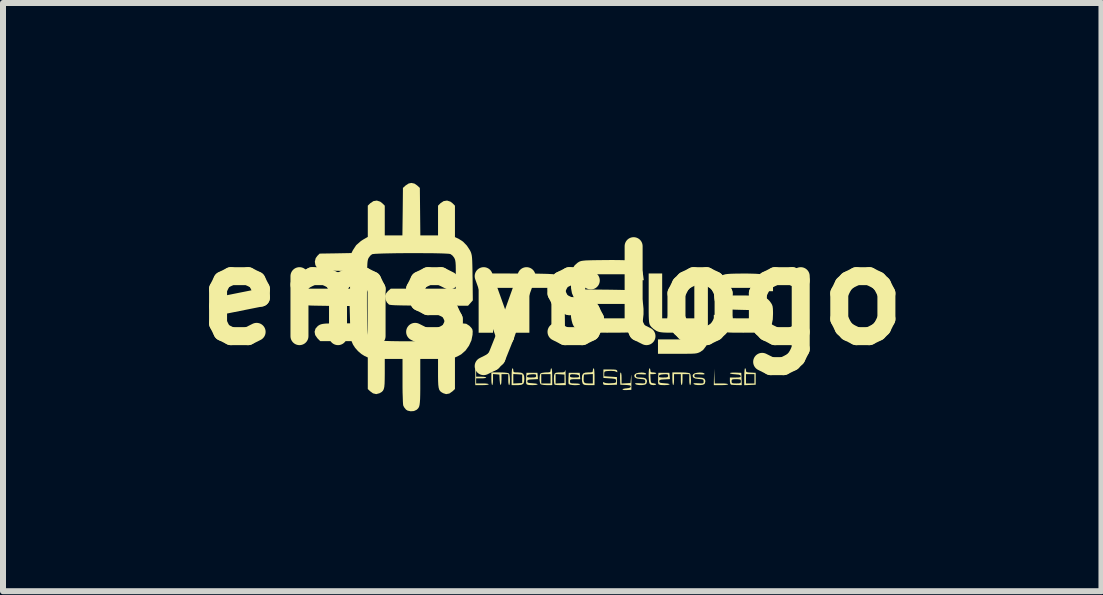
<source format=kicad_pcb>
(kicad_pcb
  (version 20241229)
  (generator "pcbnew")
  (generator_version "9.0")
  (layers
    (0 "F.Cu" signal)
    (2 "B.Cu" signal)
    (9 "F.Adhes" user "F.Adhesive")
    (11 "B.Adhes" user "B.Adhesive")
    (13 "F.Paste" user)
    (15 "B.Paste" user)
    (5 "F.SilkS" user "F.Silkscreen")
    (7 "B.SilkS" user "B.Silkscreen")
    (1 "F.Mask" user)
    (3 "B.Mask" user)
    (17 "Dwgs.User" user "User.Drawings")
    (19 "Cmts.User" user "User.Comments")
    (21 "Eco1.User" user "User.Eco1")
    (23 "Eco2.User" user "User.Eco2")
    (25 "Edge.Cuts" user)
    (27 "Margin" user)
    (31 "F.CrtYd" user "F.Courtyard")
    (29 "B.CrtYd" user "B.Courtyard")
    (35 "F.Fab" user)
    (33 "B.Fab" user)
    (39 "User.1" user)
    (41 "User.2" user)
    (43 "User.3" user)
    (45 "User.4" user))
  (footprint "emsyslogo"
    (layer "F.Cu")
    (at 6.157 1.876)
    (property "Reference" "emsyslogo" (at 0 0 0) (layer "F.SilkS") (effects (font (size 1.5 1.5) (thickness 0.3))))
    (attr board_only exclude_from_pos_files exclude_from_bom)
    (fp_poly (pts (xy 2.704 1.343) (xy 2.709 1.467) (xy 2.821 1.467) (xy 2.877 1.468) (xy 2.916 1.473) (xy 2.933 1.48) (xy 2.933 1.481) (xy 2.92 1.488) (xy 2.884 1.493) (xy 2.829 1.495) (xy 2.814 1.495) (xy 2.694 1.495) (xy 2.697 1.357) (xy 2.7 1.22)) (stroke (width 0) (type solid)) (fill yes) (layer "F.SilkS"))
    (fp_poly (pts (xy 3.226 1.225) (xy 3.23 1.247) (xy 3.232 1.267) (xy 3.243 1.278) (xy 3.27 1.283) (xy 3.311 1.286) (xy 3.392 1.29) (xy 3.392 1.389) (xy 3.392 1.488) (xy 3.297 1.492) (xy 3.201 1.496) (xy 3.201 1.389) (xy 3.23 1.389) (xy 3.23 1.467) (xy 3.3 1.467) (xy 3.371 1.467) (xy 3.371 1.389) (xy 3.371 1.312) (xy 3.3 1.312) (xy 3.23 1.312) (xy 3.23 1.389) (xy 3.201 1.389) (xy 3.201 1.355) (xy 3.203 1.289) (xy 3.207 1.241) (xy 3.212 1.216) (xy 3.216 1.213)) (stroke (width 0) (type solid)) (fill yes) (layer "F.SilkS"))
    (fp_poly (pts (xy 1.632 1.225) (xy 1.636 1.248) (xy 1.64 1.272) (xy 1.656 1.282) (xy 1.685 1.283) (xy 1.718 1.287) (xy 1.734 1.296) (xy 1.735 1.298) (xy 1.722 1.307) (xy 1.692 1.311) (xy 1.685 1.312) (xy 1.635 1.312) (xy 1.639 1.386) (xy 1.642 1.429) (xy 1.649 1.451) (xy 1.665 1.461) (xy 1.689 1.464) (xy 1.724 1.472) (xy 1.733 1.483) (xy 1.716 1.492) (xy 1.686 1.495) (xy 1.643 1.488) (xy 1.622 1.468) (xy 1.615 1.442) (xy 1.611 1.4) (xy 1.608 1.349) (xy 1.608 1.298) (xy 1.611 1.253) (xy 1.616 1.222) (xy 1.622 1.213)) (stroke (width 0) (type solid)) (fill yes) (layer "F.SilkS"))
    (fp_poly (pts (xy -0.652 1.225) (xy -0.649 1.248) (xy -0.647 1.268) (xy -0.636 1.279) (xy -0.61 1.283) (xy -0.572 1.283) (xy -0.517 1.288) (xy -0.485 1.305) (xy -0.469 1.339) (xy -0.465 1.389) (xy -0.469 1.441) (xy -0.483 1.473) (xy -0.514 1.489) (xy -0.565 1.495) (xy -0.586 1.495) (xy -0.677 1.495) (xy -0.677 1.389) (xy -0.649 1.389) (xy -0.649 1.468) (xy -0.575 1.464) (xy -0.501 1.46) (xy -0.501 1.389) (xy -0.501 1.319) (xy -0.575 1.314) (xy -0.649 1.31) (xy -0.649 1.389) (xy -0.677 1.389) (xy -0.677 1.354) (xy -0.676 1.288) (xy -0.672 1.241) (xy -0.666 1.216) (xy -0.663 1.213)) (stroke (width 0) (type solid)) (fill yes) (layer "F.SilkS"))
    (fp_poly (pts (xy 0.221 1.262) (xy 0.222 1.304) (xy 0.224 1.35) (xy 0.226 1.495) (xy 0.136 1.495) (xy 0.088 1.494) (xy 0.053 1.49) (xy 0.038 1.486) (xy 0.033 1.467) (xy 0.029 1.43) (xy 0.028 1.389) (xy 0.056 1.389) (xy 0.056 1.468) (xy 0.13 1.464) (xy 0.204 1.46) (xy 0.204 1.389) (xy 0.204 1.319) (xy 0.13 1.314) (xy 0.056 1.31) (xy 0.056 1.389) (xy 0.028 1.389) (xy 0.028 1.388) (xy 0.03 1.336) (xy 0.039 1.305) (xy 0.06 1.289) (xy 0.101 1.284) (xy 0.141 1.283) (xy 0.183 1.282) (xy 0.204 1.275) (xy 0.213 1.259) (xy 0.216 1.245) (xy 0.218 1.241)) (stroke (width 0) (type solid)) (fill yes) (layer "F.SilkS"))
    (fp_poly (pts (xy 1.15 1.297) (xy 1.155 1.332) (xy 1.156 1.376) (xy 1.156 1.468) (xy 1.231 1.464) (xy 1.305 1.46) (xy 1.313 1.368) (xy 1.317 1.333) (xy 1.319 1.322) (xy 1.32 1.335) (xy 1.32 1.375) (xy 1.32 1.424) (xy 1.319 1.573) (xy 1.245 1.577) (xy 1.201 1.577) (xy 1.175 1.572) (xy 1.171 1.567) (xy 1.183 1.558) (xy 1.215 1.551) (xy 1.237 1.549) (xy 1.282 1.543) (xy 1.304 1.531) (xy 1.309 1.52) (xy 1.307 1.507) (xy 1.292 1.499) (xy 1.258 1.494) (xy 1.224 1.492) (xy 1.135 1.488) (xy 1.131 1.386) (xy 1.131 1.328) (xy 1.135 1.293) (xy 1.142 1.283)) (stroke (width 0) (type solid)) (fill yes) (layer "F.SilkS"))
    (fp_poly (pts (xy -1.115 1.229) (xy -1.075 1.233) (xy -1.058 1.24) (xy -1.058 1.241) (xy -1.071 1.248) (xy -1.106 1.253) (xy -1.159 1.255) (xy -1.164 1.255) (xy -1.269 1.255) (xy -1.269 1.305) (xy -1.269 1.354) (xy -1.185 1.354) (xy -1.14 1.356) (xy -1.109 1.362) (xy -1.1 1.368) (xy -1.113 1.376) (xy -1.146 1.381) (xy -1.185 1.382) (xy -1.269 1.382) (xy -1.269 1.424) (xy -1.269 1.467) (xy -1.164 1.467) (xy -1.11 1.468) (xy -1.073 1.473) (xy -1.058 1.48) (xy -1.058 1.481) (xy -1.071 1.488) (xy -1.107 1.493) (xy -1.16 1.495) (xy -1.171 1.495) (xy -1.283 1.495) (xy -1.283 1.361) (xy -1.283 1.227) (xy -1.171 1.227)) (stroke (width 0) (type solid)) (fill yes) (layer "F.SilkS"))
    (fp_poly (pts (xy -0.008 1.226) (xy -0.003 1.264) (xy -0.0003 1.321) (xy 0 1.354) (xy 0 1.495) (xy -0.089 1.495) (xy -0.14 1.492) (xy -0.179 1.485) (xy -0.195 1.478) (xy -0.205 1.453) (xy -0.211 1.411) (xy -0.21 1.389) (xy -0.183 1.389) (xy -0.183 1.467) (xy -0.106 1.467) (xy -0.028 1.467) (xy -0.028 1.389) (xy -0.028 1.312) (xy -0.106 1.312) (xy -0.183 1.312) (xy -0.183 1.389) (xy -0.21 1.389) (xy -0.21 1.364) (xy -0.205 1.323) (xy -0.195 1.3) (xy -0.172 1.291) (xy -0.131 1.285) (xy -0.103 1.283) (xy -0.06 1.282) (xy -0.037 1.277) (xy -0.029 1.264) (xy -0.028 1.248) (xy -0.023 1.222) (xy -0.014 1.213)) (stroke (width 0) (type solid)) (fill yes) (layer "F.SilkS"))
    (fp_poly (pts (xy -0.802 1.285) (xy -0.75 1.291) (xy -0.723 1.299) (xy -0.722 1.3) (xy -0.713 1.321) (xy -0.708 1.358) (xy -0.705 1.403) (xy -0.706 1.446) (xy -0.71 1.48) (xy -0.718 1.495) (xy -0.719 1.495) (xy -0.727 1.482) (xy -0.732 1.448) (xy -0.733 1.403) (xy -0.733 1.312) (xy -0.79 1.312) (xy -0.846 1.312) (xy -0.846 1.403) (xy -0.849 1.459) (xy -0.855 1.488) (xy -0.864 1.49) (xy -0.871 1.465) (xy -0.877 1.412) (xy -0.877 1.407) (xy -0.881 1.319) (xy -0.934 1.314) (xy -0.987 1.31) (xy -0.987 1.402) (xy -0.989 1.451) (xy -0.994 1.484) (xy -1.001 1.495) (xy -1.008 1.482) (xy -1.013 1.446) (xy -1.015 1.394) (xy -1.015 1.389) (xy -1.015 1.283) (xy -0.877 1.283)) (stroke (width 0) (type solid)) (fill yes) (layer "F.SilkS"))
    (fp_poly (pts (xy 0.698 1.226) (xy 0.702 1.264) (xy 0.705 1.321) (xy 0.705 1.354) (xy 0.705 1.495) (xy 0.614 1.495) (xy 0.562 1.494) (xy 0.531 1.488) (xy 0.514 1.476) (xy 0.508 1.468) (xy 0.498 1.435) (xy 0.497 1.423) (xy 0.523 1.423) (xy 0.533 1.451) (xy 0.558 1.464) (xy 0.606 1.467) (xy 0.606 1.467) (xy 0.677 1.467) (xy 0.677 1.388) (xy 0.677 1.31) (xy 0.603 1.314) (xy 0.529 1.319) (xy 0.524 1.373) (xy 0.523 1.423) (xy 0.497 1.423) (xy 0.494 1.393) (xy 0.494 1.389) (xy 0.498 1.335) (xy 0.515 1.302) (xy 0.549 1.287) (xy 0.6 1.283) (xy 0.644 1.282) (xy 0.667 1.278) (xy 0.676 1.266) (xy 0.677 1.248) (xy 0.682 1.222) (xy 0.691 1.213)) (stroke (width 0) (type solid)) (fill yes) (layer "F.SilkS"))
    (fp_poly (pts (xy 2.216 1.285) (xy 2.268 1.291) (xy 2.295 1.299) (xy 2.296 1.3) (xy 2.305 1.321) (xy 2.31 1.358) (xy 2.313 1.403) (xy 2.312 1.446) (xy 2.308 1.48) (xy 2.3 1.495) (xy 2.299 1.495) (xy 2.291 1.482) (xy 2.286 1.448) (xy 2.285 1.403) (xy 2.285 1.312) (xy 2.228 1.312) (xy 2.172 1.312) (xy 2.172 1.403) (xy 2.17 1.451) (xy 2.165 1.484) (xy 2.158 1.495) (xy 2.15 1.482) (xy 2.145 1.448) (xy 2.144 1.403) (xy 2.144 1.312) (xy 2.087 1.312) (xy 2.031 1.312) (xy 2.031 1.403) (xy 2.029 1.451) (xy 2.024 1.484) (xy 2.017 1.495) (xy 2.01 1.482) (xy 2.005 1.446) (xy 2.003 1.394) (xy 2.003 1.389) (xy 2.003 1.283) (xy 2.141 1.283)) (stroke (width 0) (type solid)) (fill yes) (layer "F.SilkS"))
    (fp_poly (pts (xy -0.631 -0.366) (xy -0.502 -0.366) (xy -0.38 -0.365) (xy -0.268 -0.364) (xy -0.17 -0.362) (xy -0.088 -0.36) (xy -0.027 -0.357) (xy 0.011 -0.355) (xy 0.02 -0.353) (xy 0.097 -0.322) (xy 0.161 -0.266) (xy 0.175 -0.248) (xy 0.184 -0.236) (xy 0.19 -0.221) (xy 0.196 -0.201) (xy 0.2 -0.172) (xy 0.202 -0.13) (xy 0.205 -0.074) (xy 0.206 0.002) (xy 0.208 0.099) (xy 0.209 0.206) (xy 0.213 0.621) (xy 0.099 0.621) (xy -0.014 0.621) (xy -0.014 0.247) (xy -0.014 -0.127) (xy -0.197 -0.127) (xy -0.381 -0.127) (xy -0.381 0.247) (xy -0.381 0.621) (xy -0.501 0.621) (xy -0.621 0.621) (xy -0.621 0.247) (xy -0.621 -0.127) (xy -0.804 -0.127) (xy -0.987 -0.127) (xy -0.987 0.247) (xy -0.987 0.621) (xy -1.107 0.621) (xy -1.227 0.621) (xy -1.227 0.127) (xy -1.227 -0.367)) (stroke (width 0) (type solid)) (fill yes) (layer "F.SilkS"))
    (fp_poly (pts (xy -0.242 1.343) (xy -0.238 1.395) (xy -0.327 1.399) (xy -0.376 1.402) (xy -0.403 1.408) (xy -0.414 1.419) (xy -0.416 1.431) (xy -0.413 1.447) (xy -0.399 1.456) (xy -0.367 1.461) (xy -0.328 1.464) (xy -0.273 1.469) (xy -0.245 1.477) (xy -0.245 1.485) (xy -0.272 1.492) (xy -0.326 1.495) (xy -0.332 1.495) (xy -0.389 1.493) (xy -0.421 1.485) (xy -0.431 1.476) (xy -0.435 1.452) (xy -0.436 1.41) (xy -0.434 1.373) (xy -0.433 1.343) (xy -0.42 1.343) (xy -0.419 1.358) (xy -0.405 1.365) (xy -0.371 1.368) (xy -0.347 1.368) (xy -0.301 1.367) (xy -0.278 1.362) (xy -0.269 1.35) (xy -0.268 1.339) (xy -0.271 1.322) (xy -0.284 1.314) (xy -0.315 1.313) (xy -0.342 1.314) (xy -0.388 1.319) (xy -0.412 1.329) (xy -0.42 1.343) (xy -0.433 1.343) (xy -0.43 1.29) (xy -0.338 1.29) (xy -0.247 1.29)) (stroke (width 0) (type solid)) (fill yes) (layer "F.SilkS"))
    (fp_poly (pts (xy 1.958 1.343) (xy 1.962 1.395) (xy 1.873 1.399) (xy 1.824 1.402) (xy 1.797 1.408) (xy 1.786 1.419) (xy 1.784 1.431) (xy 1.787 1.447) (xy 1.802 1.456) (xy 1.833 1.461) (xy 1.872 1.464) (xy 1.927 1.469) (xy 1.955 1.477) (xy 1.955 1.485) (xy 1.928 1.492) (xy 1.874 1.495) (xy 1.868 1.495) (xy 1.811 1.493) (xy 1.779 1.485) (xy 1.769 1.476) (xy 1.765 1.452) (xy 1.765 1.41) (xy 1.766 1.373) (xy 1.767 1.343) (xy 1.78 1.343) (xy 1.781 1.358) (xy 1.795 1.365) (xy 1.829 1.368) (xy 1.854 1.368) (xy 1.899 1.367) (xy 1.922 1.362) (xy 1.931 1.35) (xy 1.932 1.339) (xy 1.929 1.322) (xy 1.916 1.314) (xy 1.885 1.313) (xy 1.858 1.314) (xy 1.812 1.319) (xy 1.788 1.329) (xy 1.78 1.343) (xy 1.767 1.343) (xy 1.77 1.29) (xy 1.862 1.29) (xy 1.953 1.29)) (stroke (width 0) (type solid)) (fill yes) (layer "F.SilkS"))
    (fp_poly (pts (xy 3.057 1.286) (xy 3.152 1.29) (xy 3.156 1.393) (xy 3.16 1.495) (xy 3.079 1.494) (xy 3.031 1.492) (xy 2.994 1.489) (xy 2.979 1.486) (xy 2.968 1.468) (xy 2.962 1.433) (xy 2.962 1.431) (xy 2.99 1.431) (xy 2.992 1.452) (xy 3.003 1.462) (xy 3.029 1.466) (xy 3.067 1.467) (xy 3.112 1.466) (xy 3.135 1.461) (xy 3.144 1.449) (xy 3.145 1.431) (xy 3.143 1.411) (xy 3.132 1.401) (xy 3.106 1.397) (xy 3.067 1.396) (xy 3.023 1.397) (xy 3 1.402) (xy 2.991 1.414) (xy 2.99 1.431) (xy 2.962 1.431) (xy 2.962 1.423) (xy 2.962 1.368) (xy 3.054 1.368) (xy 3.104 1.367) (xy 3.132 1.363) (xy 3.142 1.355) (xy 3.142 1.343) (xy 3.134 1.329) (xy 3.112 1.32) (xy 3.069 1.316) (xy 3.05 1.314) (xy 3.004 1.31) (xy 2.972 1.303) (xy 2.962 1.296) (xy 2.975 1.289) (xy 3.011 1.286)) (stroke (width 0) (type solid)) (fill yes) (layer "F.SilkS"))
    (fp_poly (pts (xy 0.463 1.343) (xy 0.467 1.396) (xy 0.382 1.396) (xy 0.334 1.397) (xy 0.309 1.401) (xy 0.298 1.411) (xy 0.296 1.43) (xy 0.296 1.431) (xy 0.298 1.451) (xy 0.308 1.462) (xy 0.332 1.466) (xy 0.378 1.467) (xy 0.381 1.467) (xy 0.426 1.469) (xy 0.456 1.474) (xy 0.465 1.481) (xy 0.453 1.49) (xy 0.421 1.494) (xy 0.379 1.496) (xy 0.335 1.493) (xy 0.298 1.487) (xy 0.276 1.479) (xy 0.274 1.476) (xy 0.27 1.452) (xy 0.27 1.41) (xy 0.271 1.373) (xy 0.273 1.339) (xy 0.296 1.339) (xy 0.299 1.356) (xy 0.313 1.364) (xy 0.344 1.368) (xy 0.375 1.368) (xy 0.42 1.367) (xy 0.443 1.362) (xy 0.449 1.351) (xy 0.449 1.343) (xy 0.439 1.328) (xy 0.413 1.319) (xy 0.37 1.314) (xy 0.327 1.313) (xy 0.305 1.317) (xy 0.297 1.329) (xy 0.296 1.339) (xy 0.273 1.339) (xy 0.275 1.29) (xy 0.367 1.29) (xy 0.458 1.29)) (stroke (width 0) (type solid)) (fill yes) (layer "F.SilkS"))
    (fp_poly (pts (xy 1.022 1.235) (xy 1.057 1.238) (xy 1.075 1.245) (xy 1.083 1.256) (xy 1.084 1.262) (xy 1.085 1.281) (xy 1.073 1.276) (xy 1.068 1.272) (xy 1.037 1.261) (xy 0.984 1.257) (xy 0.957 1.258) (xy 0.908 1.261) (xy 0.882 1.266) (xy 0.87 1.276) (xy 0.867 1.295) (xy 0.867 1.305) (xy 0.867 1.347) (xy 0.973 1.354) (xy 1.079 1.361) (xy 1.079 1.424) (xy 1.079 1.488) (xy 0.972 1.492) (xy 0.92 1.493) (xy 0.879 1.491) (xy 0.857 1.487) (xy 0.856 1.486) (xy 0.847 1.464) (xy 0.846 1.456) (xy 0.851 1.443) (xy 0.866 1.452) (xy 0.893 1.461) (xy 0.94 1.465) (xy 0.975 1.464) (xy 1.024 1.461) (xy 1.051 1.456) (xy 1.062 1.446) (xy 1.065 1.428) (xy 1.065 1.424) (xy 1.063 1.406) (xy 1.054 1.395) (xy 1.033 1.389) (xy 0.992 1.384) (xy 0.959 1.382) (xy 0.853 1.375) (xy 0.853 1.305) (xy 0.853 1.234) (xy 0.966 1.234)) (stroke (width 0) (type solid)) (fill yes) (layer "F.SilkS"))
    (fp_poly (pts (xy 1.531 1.288) (xy 1.56 1.299) (xy 1.563 1.301) (xy 1.566 1.311) (xy 1.554 1.316) (xy 1.521 1.316) (xy 1.487 1.314) (xy 1.438 1.312) (xy 1.411 1.313) (xy 1.399 1.321) (xy 1.396 1.336) (xy 1.396 1.338) (xy 1.399 1.356) (xy 1.413 1.365) (xy 1.445 1.368) (xy 1.471 1.368) (xy 1.529 1.373) (xy 1.563 1.388) (xy 1.578 1.416) (xy 1.58 1.431) (xy 1.572 1.464) (xy 1.563 1.478) (xy 1.537 1.489) (xy 1.496 1.494) (xy 1.45 1.494) (xy 1.409 1.488) (xy 1.385 1.477) (xy 1.385 1.477) (xy 1.381 1.467) (xy 1.395 1.463) (xy 1.431 1.463) (xy 1.46 1.464) (xy 1.509 1.467) (xy 1.537 1.465) (xy 1.548 1.458) (xy 1.551 1.442) (xy 1.551 1.434) (xy 1.549 1.413) (xy 1.539 1.402) (xy 1.512 1.396) (xy 1.472 1.393) (xy 1.412 1.385) (xy 1.377 1.366) (xy 1.367 1.339) (xy 1.377 1.315) (xy 1.4 1.299) (xy 1.441 1.289) (xy 1.488 1.285)) (stroke (width 0) (type solid)) (fill yes) (layer "F.SilkS"))
    (fp_poly (pts (xy 2.505 1.288) (xy 2.533 1.299) (xy 2.536 1.301) (xy 2.54 1.311) (xy 2.527 1.316) (xy 2.494 1.316) (xy 2.46 1.314) (xy 2.411 1.312) (xy 2.384 1.313) (xy 2.372 1.321) (xy 2.369 1.336) (xy 2.369 1.338) (xy 2.372 1.356) (xy 2.386 1.365) (xy 2.418 1.368) (xy 2.444 1.368) (xy 2.502 1.373) (xy 2.537 1.388) (xy 2.551 1.416) (xy 2.553 1.431) (xy 2.545 1.464) (xy 2.536 1.478) (xy 2.511 1.489) (xy 2.469 1.494) (xy 2.423 1.494) (xy 2.382 1.488) (xy 2.358 1.477) (xy 2.358 1.477) (xy 2.354 1.467) (xy 2.368 1.463) (xy 2.404 1.463) (xy 2.433 1.464) (xy 2.482 1.467) (xy 2.51 1.465) (xy 2.522 1.458) (xy 2.524 1.442) (xy 2.524 1.434) (xy 2.522 1.413) (xy 2.512 1.402) (xy 2.485 1.396) (xy 2.445 1.393) (xy 2.385 1.385) (xy 2.35 1.366) (xy 2.34 1.339) (xy 2.35 1.315) (xy 2.373 1.299) (xy 2.414 1.289) (xy 2.461 1.285)) (stroke (width 0) (type solid)) (fill yes) (layer "F.SilkS"))
    (fp_poly (pts (xy 1.833 0.007) (xy 1.833 0.381) (xy 2.101 0.381) (xy 2.369 0.381) (xy 2.369 0.007) (xy 2.369 -0.367) (xy 2.482 -0.367) (xy 2.595 -0.367) (xy 2.595 0.209) (xy 2.595 0.352) (xy 2.595 0.469) (xy 2.594 0.564) (xy 2.593 0.638) (xy 2.592 0.696) (xy 2.59 0.74) (xy 2.587 0.773) (xy 2.583 0.797) (xy 2.577 0.815) (xy 2.571 0.831) (xy 2.563 0.846) (xy 2.563 0.847) (xy 2.516 0.908) (xy 2.469 0.941) (xy 2.448 0.951) (xy 2.427 0.959) (xy 2.402 0.965) (xy 2.369 0.969) (xy 2.324 0.971) (xy 2.262 0.972) (xy 2.18 0.973) (xy 2.085 0.973) (xy 1.763 0.973) (xy 1.763 0.853) (xy 1.763 0.733) (xy 2.066 0.733) (xy 2.369 0.733) (xy 2.369 0.677) (xy 2.369 0.621) (xy 2.083 0.621) (xy 1.985 0.62) (xy 1.911 0.62) (xy 1.857 0.618) (xy 1.817 0.614) (xy 1.787 0.609) (xy 1.763 0.602) (xy 1.74 0.592) (xy 1.734 0.589) (xy 1.689 0.559) (xy 1.65 0.523) (xy 1.64 0.509) (xy 1.63 0.495) (xy 1.623 0.479) (xy 1.618 0.46) (xy 1.614 0.434) (xy 1.611 0.396) (xy 1.609 0.345) (xy 1.608 0.276) (xy 1.608 0.186) (xy 1.608 0.073) (xy 1.608 0.047) (xy 1.608 -0.367) (xy 1.721 -0.367) (xy 1.833 -0.367)) (stroke (width 0) (type solid)) (fill yes) (layer "F.SilkS"))
    (fp_poly (pts (xy 1.111 -0.59) (xy 1.203 -0.588) (xy 1.27 -0.585) (xy 1.312 -0.579) (xy 1.313 -0.579) (xy 1.39 -0.555) (xy 1.446 -0.517) (xy 1.484 -0.461) (xy 1.508 -0.385) (xy 1.516 -0.335) (xy 1.526 -0.254) (xy 1.405 -0.254) (xy 1.283 -0.254) (xy 1.283 -0.303) (xy 1.283 -0.353) (xy 0.917 -0.353) (xy 0.55 -0.353) (xy 0.55 -0.226) (xy 0.55 -0.1) (xy 0.948 -0.096) (xy 1.074 -0.094) (xy 1.175 -0.092) (xy 1.255 -0.089) (xy 1.316 -0.084) (xy 1.362 -0.076) (xy 1.396 -0.065) (xy 1.422 -0.051) (xy 1.443 -0.031) (xy 1.462 -0.007) (xy 1.474 0.012) (xy 1.498 0.066) (xy 1.514 0.14) (xy 1.522 0.225) (xy 1.522 0.313) (xy 1.513 0.396) (xy 1.497 0.467) (xy 1.476 0.511) (xy 1.444 0.546) (xy 1.4 0.579) (xy 1.383 0.589) (xy 1.363 0.598) (xy 1.344 0.605) (xy 1.321 0.611) (xy 1.291 0.615) (xy 1.25 0.618) (xy 1.194 0.619) (xy 1.121 0.62) (xy 1.027 0.62) (xy 0.917 0.621) (xy 0.799 0.62) (xy 0.706 0.62) (xy 0.635 0.619) (xy 0.581 0.617) (xy 0.54 0.615) (xy 0.511 0.61) (xy 0.488 0.605) (xy 0.469 0.597) (xy 0.451 0.589) (xy 0.406 0.56) (xy 0.367 0.524) (xy 0.357 0.511) (xy 0.339 0.473) (xy 0.325 0.424) (xy 0.315 0.372) (xy 0.311 0.326) (xy 0.316 0.298) (xy 0.317 0.297) (xy 0.335 0.29) (xy 0.375 0.284) (xy 0.43 0.282) (xy 0.438 0.282) (xy 0.55 0.282) (xy 0.55 0.331) (xy 0.55 0.381) (xy 0.917 0.381) (xy 1.283 0.381) (xy 1.283 0.261) (xy 1.283 0.141) (xy 0.899 0.141) (xy 0.784 0.141) (xy 0.694 0.141) (xy 0.625 0.139) (xy 0.573 0.138) (xy 0.535 0.135) (xy 0.506 0.13) (xy 0.484 0.124) (xy 0.465 0.116) (xy 0.451 0.109) (xy 0.396 0.073) (xy 0.356 0.026) (xy 0.329 -0.037) (xy 0.314 -0.117) (xy 0.311 -0.218) (xy 0.315 -0.299) (xy 0.324 -0.386) (xy 0.343 -0.452) (xy 0.373 -0.501) (xy 0.417 -0.541) (xy 0.434 -0.553) (xy 0.451 -0.563) (xy 0.468 -0.57) (xy 0.49 -0.576) (xy 0.519 -0.58) (xy 0.56 -0.584) (xy 0.616 -0.586) (xy 0.691 -0.588) (xy 0.788 -0.589) (xy 0.864 -0.59) (xy 0.997 -0.591)) (stroke (width 0) (type solid)) (fill yes) (layer "F.SilkS"))
    (fp_poly (pts (xy 3.312 -0.364) (xy 3.387 -0.362) (xy 3.448 -0.358) (xy 3.487 -0.354) (xy 3.489 -0.353) (xy 3.563 -0.324) (xy 3.622 -0.276) (xy 3.663 -0.214) (xy 3.681 -0.144) (xy 3.681 -0.132) (xy 3.681 -0.071) (xy 3.568 -0.071) (xy 3.512 -0.071) (xy 3.478 -0.074) (xy 3.461 -0.08) (xy 3.456 -0.091) (xy 3.455 -0.099) (xy 3.454 -0.109) (xy 3.448 -0.116) (xy 3.434 -0.121) (xy 3.407 -0.124) (xy 3.364 -0.126) (xy 3.302 -0.127) (xy 3.216 -0.127) (xy 3.187 -0.127) (xy 2.919 -0.127) (xy 2.919 -0.063) (xy 2.919 0) (xy 3.177 0.000336) (xy 3.294 0.001) (xy 3.388 0.005) (xy 3.461 0.012) (xy 3.517 0.023) (xy 3.561 0.04) (xy 3.595 0.063) (xy 3.625 0.094) (xy 3.649 0.127) (xy 3.664 0.153) (xy 3.674 0.181) (xy 3.679 0.22) (xy 3.681 0.276) (xy 3.681 0.309) (xy 3.677 0.4) (xy 3.663 0.469) (xy 3.637 0.522) (xy 3.597 0.562) (xy 3.555 0.588) (xy 3.534 0.599) (xy 3.512 0.607) (xy 3.487 0.613) (xy 3.453 0.616) (xy 3.406 0.619) (xy 3.343 0.62) (xy 3.259 0.62) (xy 3.187 0.621) (xy 3.086 0.62) (xy 3.009 0.62) (xy 2.952 0.618) (xy 2.91 0.615) (xy 2.879 0.611) (xy 2.855 0.604) (xy 2.834 0.595) (xy 2.819 0.588) (xy 2.757 0.54) (xy 2.714 0.476) (xy 2.695 0.401) (xy 2.694 0.384) (xy 2.694 0.324) (xy 2.807 0.324) (xy 2.863 0.325) (xy 2.896 0.328) (xy 2.913 0.334) (xy 2.919 0.345) (xy 2.919 0.353) (xy 2.921 0.362) (xy 2.926 0.37) (xy 2.941 0.375) (xy 2.968 0.378) (xy 3.01 0.38) (xy 3.073 0.381) (xy 3.158 0.381) (xy 3.188 0.381) (xy 3.457 0.381) (xy 3.453 0.314) (xy 3.448 0.247) (xy 3.152 0.24) (xy 3.042 0.237) (xy 2.957 0.233) (xy 2.892 0.227) (xy 2.843 0.218) (xy 2.807 0.206) (xy 2.779 0.189) (xy 2.756 0.166) (xy 2.734 0.138) (xy 2.718 0.112) (xy 2.708 0.083) (xy 2.701 0.043) (xy 2.697 -0.015) (xy 2.696 -0.049) (xy 2.695 -0.115) (xy 2.696 -0.161) (xy 2.701 -0.192) (xy 2.711 -0.216) (xy 2.724 -0.238) (xy 2.781 -0.302) (xy 2.849 -0.342) (xy 2.885 -0.353) (xy 2.922 -0.358) (xy 2.981 -0.362) (xy 3.055 -0.364) (xy 3.139 -0.365) (xy 3.227 -0.366)) (stroke (width 0) (type solid)) (fill yes) (layer "F.SilkS"))
    (fp_poly (pts (xy -2.297 -1.865) (xy -2.253 -1.835) (xy -2.207 -1.793) (xy -2.203 -1.397) (xy -2.199 -1.001) (xy -2.051 -1.001) (xy -1.904 -1.001) (xy -1.904 -1.249) (xy -1.904 -1.497) (xy -1.863 -1.538) (xy -1.811 -1.573) (xy -1.753 -1.582) (xy -1.697 -1.564) (xy -1.663 -1.538) (xy -1.622 -1.497) (xy -1.622 -1.235) (xy -1.622 -0.973) (xy -1.559 -0.944) (xy -1.488 -0.898) (xy -1.423 -0.831) (xy -1.372 -0.753) (xy -1.363 -0.735) (xy -1.354 -0.714) (xy -1.347 -0.691) (xy -1.341 -0.663) (xy -1.337 -0.627) (xy -1.334 -0.579) (xy -1.332 -0.514) (xy -1.33 -0.429) (xy -1.329 -0.32) (xy -1.328 -0.294) (xy -1.324 0.082) (xy -1.363 0.126) (xy -1.403 0.171) (xy -2.049 0.17) (xy -2.214 0.169) (xy -2.351 0.168) (xy -2.464 0.167) (xy -2.555 0.165) (xy -2.624 0.163) (xy -2.673 0.16) (xy -2.706 0.156) (xy -2.722 0.152) (xy -2.723 0.151) (xy -2.756 0.117) (xy -2.78 0.067) (xy -2.787 0.016) (xy -2.785 -0.00028) (xy -2.768 -0.037) (xy -2.739 -0.073) (xy -2.734 -0.077) (xy -2.692 -0.113) (xy -2.15 -0.113) (xy -1.608 -0.113) (xy -1.608 -0.349) (xy -1.608 -0.438) (xy -1.609 -0.503) (xy -1.612 -0.55) (xy -1.617 -0.583) (xy -1.624 -0.607) (xy -1.634 -0.627) (xy -1.636 -0.631) (xy -1.664 -0.666) (xy -1.697 -0.69) (xy -1.7 -0.691) (xy -1.725 -0.695) (xy -1.773 -0.698) (xy -1.842 -0.701) (xy -1.929 -0.703) (xy -2.029 -0.705) (xy -2.139 -0.705) (xy -2.256 -0.706) (xy -2.375 -0.706) (xy -2.494 -0.705) (xy -2.608 -0.704) (xy -2.715 -0.702) (xy -2.81 -0.7) (xy -2.89 -0.697) (xy -2.952 -0.694) (xy -2.991 -0.69) (xy -3.004 -0.687) (xy -3.034 -0.663) (xy -3.061 -0.626) (xy -3.064 -0.62) (xy -3.07 -0.606) (xy -3.075 -0.588) (xy -3.079 -0.564) (xy -3.082 -0.531) (xy -3.084 -0.486) (xy -3.086 -0.427) (xy -3.087 -0.351) (xy -3.088 -0.254) (xy -3.088 -0.136) (xy -3.089 0.008) (xy -3.089 0.032) (xy -3.089 0.185) (xy -3.088 0.313) (xy -3.087 0.417) (xy -3.085 0.501) (xy -3.083 0.567) (xy -3.078 0.617) (xy -3.072 0.655) (xy -3.065 0.683) (xy -3.055 0.703) (xy -3.042 0.718) (xy -3.027 0.731) (xy -3.015 0.74) (xy -2.993 0.745) (xy -2.946 0.751) (xy -2.877 0.755) (xy -2.792 0.758) (xy -2.692 0.761) (xy -2.581 0.763) (xy -2.464 0.764) (xy -2.344 0.764) (xy -2.223 0.764) (xy -2.106 0.763) (xy -1.997 0.761) (xy -1.898 0.758) (xy -1.813 0.754) (xy -1.746 0.75) (xy -1.701 0.745) (xy -1.681 0.74) (xy -1.642 0.698) (xy -1.615 0.642) (xy -1.607 0.597) (xy -1.599 0.553) (xy -1.571 0.516) (xy -1.538 0.489) (xy -1.485 0.467) (xy -1.434 0.472) (xy -1.382 0.505) (xy -1.372 0.515) (xy -1.345 0.544) (xy -1.331 0.568) (xy -1.326 0.598) (xy -1.328 0.644) (xy -1.328 0.653) (xy -1.347 0.748) (xy -1.388 0.838) (xy -1.446 0.919) (xy -1.518 0.982) (xy -1.567 1.009) (xy -1.622 1.034) (xy -1.622 1.297) (xy -1.622 1.56) (xy -1.661 1.597) (xy -1.715 1.635) (xy -1.769 1.645) (xy -1.817 1.63) (xy -1.847 1.613) (xy -1.869 1.595) (xy -1.884 1.571) (xy -1.894 1.536) (xy -1.9 1.488) (xy -1.903 1.421) (xy -1.904 1.331) (xy -1.904 1.301) (xy -1.904 1.058) (xy -2.052 1.058) (xy -2.2 1.058) (xy -2.2 1.439) (xy -2.2 1.56) (xy -2.201 1.655) (xy -2.203 1.729) (xy -2.207 1.784) (xy -2.212 1.825) (xy -2.22 1.855) (xy -2.231 1.876) (xy -2.246 1.893) (xy -2.262 1.907) (xy -2.306 1.927) (xy -2.36 1.931) (xy -2.411 1.92) (xy -2.438 1.903) (xy -2.466 1.869) (xy -2.483 1.838) (xy -2.487 1.815) (xy -2.49 1.768) (xy -2.492 1.701) (xy -2.495 1.618) (xy -2.496 1.523) (xy -2.496 1.431) (xy -2.496 1.058) (xy -2.644 1.058) (xy -2.792 1.058) (xy -2.792 1.301) (xy -2.793 1.398) (xy -2.795 1.471) (xy -2.8 1.525) (xy -2.809 1.562) (xy -2.823 1.589) (xy -2.843 1.609) (xy -2.87 1.625) (xy -2.879 1.63) (xy -2.934 1.645) (xy -2.988 1.632) (xy -3.036 1.597) (xy -3.075 1.56) (xy -3.075 1.297) (xy -3.075 1.034) (xy -3.131 1.008) (xy -3.182 0.976) (xy -3.237 0.929) (xy -3.286 0.874) (xy -3.321 0.82) (xy -3.327 0.807) (xy -3.346 0.762) (xy -3.607 0.762) (xy -3.867 0.762) (xy -3.915 0.714) (xy -3.952 0.66) (xy -3.962 0.605) (xy -3.947 0.553) (xy -3.907 0.508) (xy -3.878 0.49) (xy -3.855 0.481) (xy -3.825 0.474) (xy -3.784 0.469) (xy -3.727 0.467) (xy -3.649 0.466) (xy -3.599 0.465) (xy -3.37 0.465) (xy -3.374 0.321) (xy -3.378 0.176) (xy -3.766 0.173) (xy -3.898 0.171) (xy -4.004 0.169) (xy -4.084 0.165) (xy -4.141 0.161) (xy -4.176 0.156) (xy -4.186 0.152) (xy -4.229 0.116) (xy -4.251 0.067) (xy -4.252 0.012) (xy -4.232 -0.041) (xy -4.201 -0.077) (xy -4.158 -0.113) (xy -3.764 -0.113) (xy -3.371 -0.113) (xy -3.371 -0.26) (xy -3.371 -0.407) (xy -3.624 -0.412) (xy -3.878 -0.416) (xy -3.917 -0.455) (xy -3.949 -0.506) (xy -3.958 -0.564) (xy -3.944 -0.621) (xy -3.917 -0.659) (xy -3.878 -0.698) (xy -3.612 -0.702) (xy -3.347 -0.707) (xy -3.325 -0.752) (xy -3.269 -0.838) (xy -3.189 -0.908) (xy -3.15 -0.933) (xy -3.075 -0.976) (xy -3.075 -1.236) (xy -3.075 -1.497) (xy -3.033 -1.538) (xy -2.981 -1.573) (xy -2.924 -1.582) (xy -2.868 -1.564) (xy -2.834 -1.538) (xy -2.792 -1.497) (xy -2.792 -1.249) (xy -2.792 -1.001) (xy -2.645 -1.001) (xy -2.498 -1.001) (xy -2.493 -1.397) (xy -2.489 -1.793) (xy -2.443 -1.835) (xy -2.393 -1.867) (xy -2.348 -1.876)) (stroke (width 0) (type solid)) (fill yes) (layer "F.SilkS")))
  (gr_rect
    (start -3 -3)
    (end 15.314 6.807)
    (stroke (width 0.1) (type default))
    (fill no)
    (layer "Edge.Cuts")))
</source>
